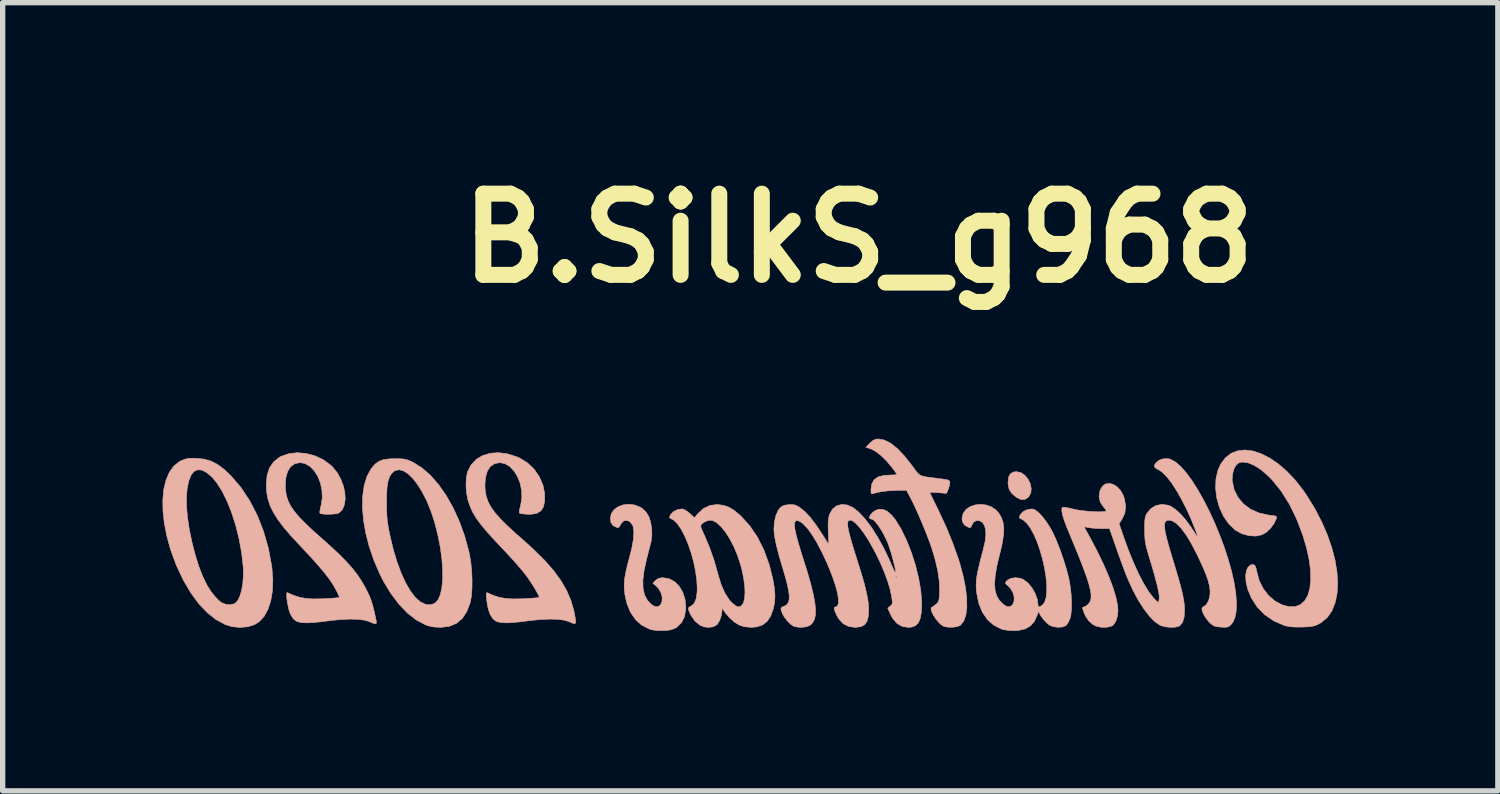
<source format=kicad_pcb>
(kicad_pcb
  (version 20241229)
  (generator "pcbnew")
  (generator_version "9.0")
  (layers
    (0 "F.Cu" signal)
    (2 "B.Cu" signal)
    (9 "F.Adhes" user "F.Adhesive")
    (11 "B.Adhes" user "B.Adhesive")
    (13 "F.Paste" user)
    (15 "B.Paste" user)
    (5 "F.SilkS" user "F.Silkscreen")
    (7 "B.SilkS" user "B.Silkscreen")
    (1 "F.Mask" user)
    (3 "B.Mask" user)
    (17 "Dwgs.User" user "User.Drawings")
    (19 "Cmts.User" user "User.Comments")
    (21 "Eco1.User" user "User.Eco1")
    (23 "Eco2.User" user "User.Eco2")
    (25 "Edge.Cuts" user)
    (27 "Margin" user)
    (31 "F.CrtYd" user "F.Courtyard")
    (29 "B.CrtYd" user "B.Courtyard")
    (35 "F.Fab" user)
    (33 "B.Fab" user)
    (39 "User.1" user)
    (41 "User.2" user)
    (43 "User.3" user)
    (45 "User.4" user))
  (footprint "B.SilkS_g968"
    (layer "F.Cu")
    (at 13.058 1.418)
    (property "Reference" "B.SilkS_g968" (at 0 0 0) (layer "F.SilkS") (effects (font (size 1.524 1.524) (thickness 0.3))))
    (attr through_hole)
    (fp_poly (pts (xy 3.047 4.4) (xy 3.121 4.45) (xy 3.18 4.521) (xy 3.221 4.606) (xy 3.24 4.696) (xy 3.232 4.781) (xy 3.193 4.852) (xy 3.187 4.859) (xy 3.122 4.902) (xy 3.051 4.905) (xy 2.97 4.867) (xy 2.963 4.863) (xy 2.876 4.79) (xy 2.825 4.71) (xy 2.805 4.613) (xy 2.805 4.583) (xy 2.815 4.485) (xy 2.849 4.421) (xy 2.907 4.388) (xy 2.964 4.381) (xy 3.047 4.4)) (stroke (width 0.01) (type solid)) (fill yes) (layer "B.SilkS"))
    (fp_poly (pts (xy -4.199 5.007) (xy -4.093 5.049) (xy -4.067 5.065) (xy -3.991 5.135) (xy -3.937 5.218) (xy -3.902 5.321) (xy -3.881 5.445) (xy -3.877 5.572) (xy -3.89 5.682) (xy -3.89 5.683) (xy -3.904 5.737) (xy -3.925 5.82) (xy -3.951 5.921) (xy -3.978 6.027) (xy -4.024 6.238) (xy -4.046 6.417) (xy -4.043 6.567) (xy -4.016 6.691) (xy -3.962 6.793) (xy -3.894 6.866) (xy -3.826 6.911) (xy -3.77 6.917) (xy -3.721 6.886) (xy -3.718 6.883) (xy -3.687 6.819) (xy -3.684 6.738) (xy -3.707 6.652) (xy -3.753 6.571) (xy -3.802 6.521) (xy -3.859 6.476) (xy -3.81 6.424) (xy -3.762 6.387) (xy -3.7 6.372) (xy -3.668 6.371) (xy -3.552 6.391) (xy -3.449 6.447) (xy -3.363 6.534) (xy -3.297 6.646) (xy -3.255 6.779) (xy -3.241 6.926) (xy -3.242 6.963) (xy -3.266 7.103) (xy -3.322 7.215) (xy -3.408 7.299) (xy -3.449 7.323) (xy -3.531 7.35) (xy -3.638 7.364) (xy -3.754 7.364) (xy -3.862 7.351) (xy -3.922 7.335) (xy -4.067 7.262) (xy -4.186 7.155) (xy -4.281 7.016) (xy -4.349 6.845) (xy -4.383 6.689) (xy -4.395 6.584) (xy -4.396 6.482) (xy -4.386 6.374) (xy -4.363 6.249) (xy -4.327 6.099) (xy -4.304 6.016) (xy -4.253 5.812) (xy -4.223 5.643) (xy -4.215 5.509) (xy -4.229 5.412) (xy -4.241 5.382) (xy -4.289 5.321) (xy -4.347 5.295) (xy -4.405 5.305) (xy -4.453 5.35) (xy -4.467 5.378) (xy -4.491 5.421) (xy -4.521 5.431) (xy -4.538 5.427) (xy -4.609 5.391) (xy -4.647 5.332) (xy -4.657 5.257) (xy -4.638 5.168) (xy -4.586 5.094) (xy -4.509 5.039) (xy -4.414 5.004) (xy -4.308 4.993) (xy -4.199 5.007)) (stroke (width 0.01) (type solid)) (fill yes) (layer "B.SilkS"))
    (fp_poly (pts (xy -12.416 4.131) (xy -12.275 4.147) (xy -12.147 4.184) (xy -12.026 4.247) (xy -11.902 4.339) (xy -11.769 4.466) (xy -11.585 4.681) (xy -11.421 4.93) (xy -11.279 5.206) (xy -11.162 5.505) (xy -11.072 5.821) (xy -11.011 6.149) (xy -11.006 6.188) (xy -10.989 6.412) (xy -10.997 6.618) (xy -11.028 6.804) (xy -11.08 6.965) (xy -11.153 7.097) (xy -11.246 7.197) (xy -11.332 7.251) (xy -11.463 7.292) (xy -11.61 7.304) (xy -11.761 7.288) (xy -11.878 7.252) (xy -12.051 7.159) (xy -12.219 7.027) (xy -12.379 6.858) (xy -12.529 6.654) (xy -12.668 6.417) (xy -12.793 6.152) (xy -12.816 6.096) (xy -12.909 5.84) (xy -12.978 5.59) (xy -13.025 5.349) (xy -13.05 5.12) (xy -13.052 5.022) (xy -12.609 5.022) (xy -12.591 5.233) (xy -12.557 5.461) (xy -12.509 5.695) (xy -12.45 5.927) (xy -12.382 6.146) (xy -12.306 6.343) (xy -12.226 6.507) (xy -12.22 6.519) (xy -12.15 6.628) (xy -12.073 6.726) (xy -11.999 6.802) (xy -11.951 6.839) (xy -11.869 6.871) (xy -11.78 6.877) (xy -11.704 6.857) (xy -11.704 6.857) (xy -11.653 6.809) (xy -11.61 6.725) (xy -11.576 6.614) (xy -11.553 6.482) (xy -11.542 6.336) (xy -11.544 6.183) (xy -11.546 6.16) (xy -11.575 5.902) (xy -11.622 5.645) (xy -11.684 5.395) (xy -11.759 5.159) (xy -11.844 4.943) (xy -11.939 4.751) (xy -12.04 4.591) (xy -12.127 4.487) (xy -12.229 4.399) (xy -12.32 4.352) (xy -12.4 4.345) (xy -12.469 4.378) (xy -12.525 4.45) (xy -12.568 4.56) (xy -12.597 4.708) (xy -12.609 4.837) (xy -12.609 5.022) (xy -13.052 5.022) (xy -13.053 4.907) (xy -13.035 4.713) (xy -12.994 4.542) (xy -12.932 4.396) (xy -12.849 4.279) (xy -12.745 4.195) (xy -12.698 4.171) (xy -12.63 4.146) (xy -12.564 4.132) (xy -12.483 4.129) (xy -12.416 4.131)) (stroke (width 0.01) (type solid)) (fill yes) (layer "B.SilkS"))
    (fp_poly (pts (xy -8.6 4.139) (xy -8.528 4.145) (xy -8.47 4.159) (xy -8.409 4.182) (xy -8.359 4.206) (xy -8.193 4.309) (xy -8.032 4.45) (xy -7.879 4.625) (xy -7.736 4.83) (xy -7.605 5.061) (xy -7.49 5.314) (xy -7.392 5.584) (xy -7.314 5.867) (xy -7.3 5.932) (xy -7.274 6.084) (xy -7.258 6.251) (xy -7.251 6.42) (xy -7.253 6.582) (xy -7.265 6.725) (xy -7.286 6.839) (xy -7.289 6.847) (xy -7.352 7.01) (xy -7.435 7.135) (xy -7.54 7.225) (xy -7.668 7.28) (xy -7.82 7.302) (xy -7.852 7.302) (xy -7.973 7.295) (xy -8.075 7.273) (xy -8.13 7.253) (xy -8.3 7.162) (xy -8.466 7.032) (xy -8.625 6.865) (xy -8.775 6.666) (xy -8.914 6.437) (xy -8.984 6.297) (xy -9.093 6.043) (xy -9.18 5.788) (xy -9.245 5.536) (xy -9.288 5.291) (xy -9.307 5.058) (xy -9.305 4.953) (xy -8.856 4.953) (xy -8.854 5.1) (xy -8.849 5.219) (xy -8.838 5.326) (xy -8.821 5.434) (xy -8.798 5.551) (xy -8.735 5.82) (xy -8.663 6.063) (xy -8.583 6.28) (xy -8.498 6.466) (xy -8.408 6.621) (xy -8.315 6.742) (xy -8.219 6.826) (xy -8.123 6.871) (xy -8.064 6.879) (xy -7.999 6.87) (xy -7.945 6.848) (xy -7.944 6.847) (xy -7.887 6.784) (xy -7.845 6.684) (xy -7.817 6.554) (xy -7.803 6.397) (xy -7.803 6.218) (xy -7.817 6.021) (xy -7.845 5.811) (xy -7.888 5.591) (xy -7.944 5.367) (xy -7.959 5.313) (xy -8.026 5.113) (xy -8.101 4.93) (xy -8.184 4.767) (xy -8.271 4.626) (xy -8.36 4.51) (xy -8.449 4.423) (xy -8.536 4.367) (xy -8.618 4.345) (xy -8.692 4.36) (xy -8.717 4.376) (xy -8.766 4.423) (xy -8.803 4.484) (xy -8.829 4.566) (xy -8.846 4.674) (xy -8.854 4.814) (xy -8.856 4.953) (xy -9.305 4.953) (xy -9.303 4.842) (xy -9.276 4.646) (xy -9.225 4.475) (xy -9.149 4.333) (xy -9.135 4.314) (xy -9.068 4.238) (xy -8.998 4.187) (xy -8.914 4.156) (xy -8.805 4.141) (xy -8.699 4.138) (xy -8.6 4.139)) (stroke (width 0.01) (type solid)) (fill yes) (layer "B.SilkS"))
    (fp_poly (pts (xy 7.396 3.993) (xy 7.55 4.043) (xy 7.709 4.123) (xy 7.871 4.232) (xy 8.032 4.371) (xy 8.19 4.536) (xy 8.341 4.729) (xy 8.4 4.814) (xy 8.554 5.063) (xy 8.685 5.313) (xy 8.794 5.562) (xy 8.878 5.805) (xy 8.94 6.041) (xy 8.977 6.266) (xy 8.99 6.477) (xy 8.978 6.671) (xy 8.941 6.845) (xy 8.88 6.996) (xy 8.792 7.12) (xy 8.679 7.214) (xy 8.653 7.229) (xy 8.597 7.258) (xy 8.546 7.276) (xy 8.487 7.287) (xy 8.409 7.293) (xy 8.319 7.297) (xy 8.196 7.297) (xy 8.102 7.291) (xy 8.024 7.277) (xy 7.98 7.264) (xy 7.788 7.18) (xy 7.619 7.063) (xy 7.478 6.918) (xy 7.369 6.749) (xy 7.302 6.586) (xy 7.271 6.455) (xy 7.263 6.338) (xy 7.277 6.24) (xy 7.311 6.169) (xy 7.364 6.128) (xy 7.368 6.127) (xy 7.411 6.123) (xy 7.441 6.148) (xy 7.462 6.206) (xy 7.474 6.265) (xy 7.517 6.425) (xy 7.591 6.573) (xy 7.69 6.702) (xy 7.809 6.806) (xy 7.943 6.879) (xy 8.073 6.914) (xy 8.191 6.913) (xy 8.29 6.876) (xy 8.369 6.806) (xy 8.428 6.705) (xy 8.467 6.575) (xy 8.484 6.418) (xy 8.481 6.237) (xy 8.455 6.034) (xy 8.406 5.812) (xy 8.339 5.584) (xy 8.22 5.27) (xy 8.082 4.988) (xy 7.925 4.739) (xy 7.752 4.527) (xy 7.679 4.454) (xy 7.548 4.342) (xy 7.422 4.262) (xy 7.305 4.214) (xy 7.202 4.201) (xy 7.138 4.214) (xy 7.087 4.255) (xy 7.045 4.326) (xy 7.019 4.419) (xy 7.01 4.523) (xy 7.012 4.556) (xy 7.047 4.718) (xy 7.118 4.862) (xy 7.221 4.986) (xy 7.354 5.085) (xy 7.512 5.156) (xy 7.692 5.196) (xy 7.715 5.199) (xy 7.789 5.207) (xy 7.829 5.217) (xy 7.844 5.231) (xy 7.841 5.254) (xy 7.84 5.258) (xy 7.797 5.352) (xy 7.73 5.443) (xy 7.65 5.519) (xy 7.571 5.565) (xy 7.453 5.59) (xy 7.323 5.582) (xy 7.193 5.546) (xy 7.076 5.483) (xy 7.065 5.475) (xy 6.944 5.358) (xy 6.845 5.214) (xy 6.77 5.049) (xy 6.721 4.873) (xy 6.699 4.693) (xy 6.706 4.517) (xy 6.744 4.352) (xy 6.795 4.239) (xy 6.883 4.121) (xy 6.99 4.038) (xy 7.113 3.99) (xy 7.249 3.975) (xy 7.396 3.993)) (stroke (width 0.01) (type solid)) (fill yes) (layer "B.SilkS"))
    (fp_poly (pts (xy 0.484 3.788) (xy 0.601 3.847) (xy 0.726 3.946) (xy 0.86 4.086) (xy 1.002 4.266) (xy 1.012 4.279) (xy 1.06 4.345) (xy 1.097 4.394) (xy 1.131 4.429) (xy 1.169 4.453) (xy 1.219 4.469) (xy 1.289 4.483) (xy 1.385 4.495) (xy 1.508 4.511) (xy 1.603 4.523) (xy 1.663 4.534) (xy 1.696 4.546) (xy 1.711 4.561) (xy 1.714 4.583) (xy 1.714 4.587) (xy 1.706 4.64) (xy 1.686 4.704) (xy 1.683 4.713) (xy 1.651 4.789) (xy 1.49 4.775) (xy 1.415 4.77) (xy 1.361 4.77) (xy 1.337 4.775) (xy 1.337 4.777) (xy 1.349 4.801) (xy 1.376 4.856) (xy 1.415 4.936) (xy 1.462 5.033) (xy 1.496 5.101) (xy 1.643 5.418) (xy 1.77 5.727) (xy 1.873 6.019) (xy 1.904 6.117) (xy 1.966 6.351) (xy 2.008 6.567) (xy 2.03 6.76) (xy 2.032 6.929) (xy 2.014 7.07) (xy 1.976 7.18) (xy 1.918 7.256) (xy 1.903 7.268) (xy 1.848 7.289) (xy 1.769 7.3) (xy 1.685 7.3) (xy 1.612 7.287) (xy 1.597 7.282) (xy 1.547 7.251) (xy 1.495 7.199) (xy 1.444 7.135) (xy 1.402 7.068) (xy 1.371 7.006) (xy 1.359 6.956) (xy 1.369 6.928) (xy 1.374 6.926) (xy 1.407 6.907) (xy 1.452 6.872) (xy 1.457 6.868) (xy 1.484 6.842) (xy 1.501 6.812) (xy 1.512 6.768) (xy 1.518 6.701) (xy 1.521 6.627) (xy 1.516 6.446) (xy 1.487 6.242) (xy 1.433 6.014) (xy 1.375 5.82) (xy 1.331 5.695) (xy 1.274 5.546) (xy 1.208 5.384) (xy 1.139 5.22) (xy 1.07 5.067) (xy 1.008 4.936) (xy 0.978 4.879) (xy 0.9 4.731) (xy 0.708 4.733) (xy 0.552 4.741) (xy 0.412 4.759) (xy 0.299 4.785) (xy 0.27 4.795) (xy 0.246 4.798) (xy 0.235 4.777) (xy 0.233 4.723) (xy 0.233 4.721) (xy 0.247 4.614) (xy 0.291 4.535) (xy 0.365 4.481) (xy 0.473 4.452) (xy 0.581 4.445) (xy 0.652 4.443) (xy 0.701 4.439) (xy 0.72 4.433) (xy 0.708 4.411) (xy 0.676 4.366) (xy 0.631 4.306) (xy 0.625 4.298) (xy 0.525 4.18) (xy 0.422 4.079) (xy 0.322 4.002) (xy 0.234 3.955) (xy 0.227 3.953) (xy 0.138 3.923) (xy 0.215 3.845) (xy 0.271 3.796) (xy 0.322 3.773) (xy 0.374 3.768) (xy 0.484 3.788)) (stroke (width 0.01) (type solid)) (fill yes) (layer "B.SilkS"))
    (fp_poly (pts (xy -2.629 5) (xy -2.522 5.016) (xy -2.426 5.051) (xy -2.331 5.11) (xy -2.224 5.199) (xy -2.206 5.216) (xy -2.04 5.398) (xy -1.895 5.614) (xy -1.772 5.86) (xy -1.674 6.133) (xy -1.609 6.391) (xy -1.58 6.559) (xy -1.568 6.701) (xy -1.574 6.826) (xy -1.597 6.946) (xy -1.598 6.949) (xy -1.647 7.088) (xy -1.715 7.191) (xy -1.804 7.259) (xy -1.916 7.295) (xy -2.014 7.302) (xy -2.134 7.292) (xy -2.231 7.263) (xy -2.233 7.263) (xy -2.321 7.209) (xy -2.412 7.13) (xy -2.49 7.042) (xy -2.521 6.998) (xy -2.547 6.956) (xy -2.559 6.949) (xy -2.561 6.974) (xy -2.561 6.985) (xy -2.573 7.079) (xy -2.605 7.171) (xy -2.649 7.243) (xy -2.657 7.252) (xy -2.721 7.29) (xy -2.806 7.304) (xy -2.897 7.294) (xy -2.976 7.262) (xy -3.069 7.184) (xy -3.144 7.076) (xy -3.166 7.03) (xy -3.189 6.972) (xy -3.192 6.939) (xy -3.173 6.919) (xy -3.142 6.904) (xy -3.085 6.855) (xy -3.047 6.768) (xy -3.029 6.644) (xy -3.027 6.576) (xy -3.035 6.414) (xy -3.059 6.243) (xy -3.095 6.069) (xy -3.143 5.898) (xy -3.199 5.735) (xy -3.262 5.587) (xy -3.329 5.46) (xy -3.368 5.402) (xy -2.963 5.402) (xy -2.963 5.403) (xy -2.955 5.431) (xy -2.932 5.488) (xy -2.899 5.56) (xy -2.89 5.579) (xy -2.799 5.794) (xy -2.715 6.032) (xy -2.645 6.275) (xy -2.635 6.313) (xy -2.577 6.503) (xy -2.505 6.665) (xy -2.42 6.793) (xy -2.367 6.848) (xy -2.306 6.898) (xy -2.261 6.918) (xy -2.222 6.912) (xy -2.195 6.895) (xy -2.159 6.844) (xy -2.138 6.759) (xy -2.13 6.646) (xy -2.137 6.511) (xy -2.159 6.359) (xy -2.194 6.196) (xy -2.214 6.123) (xy -2.271 5.951) (xy -2.339 5.79) (xy -2.415 5.643) (xy -2.497 5.515) (xy -2.58 5.412) (xy -2.661 5.338) (xy -2.738 5.298) (xy -2.776 5.292) (xy -2.837 5.303) (xy -2.898 5.33) (xy -2.945 5.366) (xy -2.963 5.402) (xy -3.368 5.402) (xy -3.398 5.36) (xy -3.466 5.292) (xy -3.507 5.269) (xy -3.54 5.253) (xy -3.545 5.231) (xy -3.526 5.188) (xy -3.475 5.132) (xy -3.397 5.093) (xy -3.309 5.08) (xy -3.263 5.095) (xy -3.204 5.134) (xy -3.169 5.163) (xy -3.079 5.246) (xy -3.011 5.165) (xy -2.907 5.071) (xy -2.786 5.015) (xy -2.652 4.998) (xy -2.629 5)) (stroke (width 0.01) (type solid)) (fill yes) (layer "B.SilkS"))
    (fp_poly (pts (xy -6.593 4.045) (xy -6.42 4.099) (xy -6.357 4.126) (xy -6.21 4.217) (xy -6.084 4.338) (xy -5.986 4.482) (xy -5.919 4.641) (xy -5.89 4.79) (xy -5.889 4.932) (xy -5.911 5.04) (xy -5.959 5.116) (xy -6.035 5.162) (xy -6.139 5.181) (xy -6.206 5.181) (xy -6.28 5.175) (xy -6.336 5.168) (xy -6.362 5.159) (xy -6.365 5.133) (xy -6.356 5.078) (xy -6.34 5.014) (xy -6.317 4.877) (xy -6.321 4.738) (xy -6.348 4.603) (xy -6.396 4.478) (xy -6.462 4.371) (xy -6.542 4.286) (xy -6.633 4.231) (xy -6.731 4.212) (xy -6.83 4.231) (xy -6.909 4.285) (xy -6.966 4.374) (xy -7 4.495) (xy -7.01 4.63) (xy -7.004 4.742) (xy -6.985 4.846) (xy -6.95 4.946) (xy -6.896 5.047) (xy -6.819 5.153) (xy -6.719 5.268) (xy -6.59 5.396) (xy -6.432 5.541) (xy -6.318 5.641) (xy -6.082 5.854) (xy -5.882 6.054) (xy -5.716 6.244) (xy -5.582 6.429) (xy -5.476 6.612) (xy -5.397 6.796) (xy -5.342 6.985) (xy -5.317 7.117) (xy -5.307 7.188) (xy -5.311 7.225) (xy -5.335 7.233) (xy -5.386 7.216) (xy -5.44 7.192) (xy -5.524 7.167) (xy -5.643 7.152) (xy -5.79 7.148) (xy -5.957 7.155) (xy -6.138 7.172) (xy -6.232 7.184) (xy -6.346 7.199) (xy -6.465 7.21) (xy -6.569 7.217) (xy -6.615 7.218) (xy -6.723 7.211) (xy -6.801 7.188) (xy -6.859 7.141) (xy -6.908 7.065) (xy -6.918 7.043) (xy -6.937 6.991) (xy -6.955 6.921) (xy -6.969 6.843) (xy -6.979 6.767) (xy -6.984 6.703) (xy -6.982 6.661) (xy -6.972 6.65) (xy -6.854 6.702) (xy -6.742 6.738) (xy -6.625 6.76) (xy -6.493 6.769) (xy -6.334 6.767) (xy -6.266 6.764) (xy -6.165 6.758) (xy -6.08 6.752) (xy -6.02 6.746) (xy -5.994 6.742) (xy -5.993 6.741) (xy -5.997 6.717) (xy -6.021 6.667) (xy -6.061 6.596) (xy -6.111 6.513) (xy -6.168 6.426) (xy -6.228 6.341) (xy -6.277 6.276) (xy -6.333 6.208) (xy -6.412 6.117) (xy -6.506 6.012) (xy -6.61 5.899) (xy -6.715 5.787) (xy -6.731 5.77) (xy -6.882 5.609) (xy -7.004 5.471) (xy -7.102 5.351) (xy -7.179 5.243) (xy -7.238 5.144) (xy -7.283 5.047) (xy -7.318 4.947) (xy -7.333 4.896) (xy -7.356 4.769) (xy -7.365 4.634) (xy -7.359 4.505) (xy -7.339 4.397) (xy -7.334 4.38) (xy -7.268 4.252) (xy -7.173 4.151) (xy -7.054 4.079) (xy -6.915 4.037) (xy -6.76 4.025) (xy -6.593 4.045)) (stroke (width 0.01) (type solid)) (fill yes) (layer "B.SilkS"))
    (fp_poly (pts (xy -10.362 4.041) (xy -10.196 4.085) (xy -10.04 4.159) (xy -9.903 4.26) (xy -9.869 4.293) (xy -9.782 4.4) (xy -9.715 4.52) (xy -9.666 4.648) (xy -9.638 4.775) (xy -9.631 4.896) (xy -9.647 5.004) (xy -9.684 5.092) (xy -9.746 5.153) (xy -9.758 5.16) (xy -9.801 5.171) (xy -9.868 5.178) (xy -9.945 5.181) (xy -10.02 5.179) (xy -10.079 5.172) (xy -10.106 5.162) (xy -10.108 5.137) (xy -10.099 5.083) (xy -10.084 5.015) (xy -10.062 4.873) (xy -10.068 4.73) (xy -10.096 4.594) (xy -10.146 4.469) (xy -10.213 4.363) (xy -10.295 4.28) (xy -10.388 4.228) (xy -10.478 4.212) (xy -10.576 4.231) (xy -10.654 4.286) (xy -10.71 4.374) (xy -10.745 4.495) (xy -10.755 4.628) (xy -10.75 4.738) (xy -10.732 4.839) (xy -10.7 4.936) (xy -10.65 5.033) (xy -10.579 5.135) (xy -10.484 5.245) (xy -10.362 5.369) (xy -10.211 5.51) (xy -10.087 5.62) (xy -9.899 5.788) (xy -9.741 5.936) (xy -9.609 6.07) (xy -9.499 6.193) (xy -9.406 6.312) (xy -9.326 6.431) (xy -9.255 6.554) (xy -9.21 6.644) (xy -9.175 6.72) (xy -9.146 6.794) (xy -9.12 6.874) (xy -9.095 6.971) (xy -9.067 7.095) (xy -9.047 7.191) (xy -9.046 7.224) (xy -9.064 7.235) (xy -9.106 7.226) (xy -9.179 7.195) (xy -9.186 7.192) (xy -9.271 7.167) (xy -9.39 7.152) (xy -9.536 7.148) (xy -9.704 7.155) (xy -9.885 7.172) (xy -9.978 7.184) (xy -10.093 7.199) (xy -10.211 7.21) (xy -10.315 7.217) (xy -10.362 7.218) (xy -10.469 7.211) (xy -10.547 7.188) (xy -10.604 7.142) (xy -10.652 7.067) (xy -10.664 7.042) (xy -10.683 6.989) (xy -10.7 6.918) (xy -10.715 6.84) (xy -10.726 6.765) (xy -10.73 6.701) (xy -10.728 6.66) (xy -10.719 6.65) (xy -10.6 6.702) (xy -10.488 6.738) (xy -10.372 6.76) (xy -10.24 6.769) (xy -10.081 6.767) (xy -10.012 6.764) (xy -9.911 6.758) (xy -9.827 6.752) (xy -9.767 6.746) (xy -9.741 6.742) (xy -9.74 6.742) (xy -9.746 6.721) (xy -9.767 6.672) (xy -9.8 6.605) (xy -9.81 6.588) (xy -9.864 6.494) (xy -9.932 6.393) (xy -10.018 6.281) (xy -10.125 6.153) (xy -10.256 6.007) (xy -10.414 5.837) (xy -10.474 5.773) (xy -10.644 5.59) (xy -10.783 5.428) (xy -10.893 5.282) (xy -10.978 5.147) (xy -11.04 5.02) (xy -11.081 4.895) (xy -11.104 4.767) (xy -11.112 4.632) (xy -11.112 4.622) (xy -11.097 4.452) (xy -11.051 4.31) (xy -10.973 4.197) (xy -10.864 4.11) (xy -10.836 4.095) (xy -10.69 4.044) (xy -10.529 4.026) (xy -10.362 4.041)) (stroke (width 0.01) (type solid)) (fill yes) (layer "B.SilkS"))
    (fp_poly (pts (xy 2.391 5.006) (xy 2.491 5.041) (xy 2.579 5.1) (xy 2.632 5.16) (xy 2.681 5.245) (xy 2.712 5.336) (xy 2.726 5.439) (xy 2.721 5.56) (xy 2.7 5.705) (xy 2.661 5.881) (xy 2.644 5.945) (xy 2.594 6.157) (xy 2.564 6.335) (xy 2.553 6.485) (xy 2.562 6.608) (xy 2.592 6.711) (xy 2.643 6.797) (xy 2.71 6.866) (xy 2.778 6.911) (xy 2.834 6.917) (xy 2.883 6.886) (xy 2.886 6.883) (xy 2.917 6.819) (xy 2.92 6.739) (xy 2.898 6.652) (xy 2.853 6.573) (xy 2.805 6.523) (xy 2.764 6.488) (xy 2.756 6.462) (xy 2.781 6.43) (xy 2.798 6.414) (xy 2.859 6.383) (xy 2.941 6.371) (xy 3.028 6.38) (xy 3.089 6.402) (xy 3.174 6.466) (xy 3.252 6.558) (xy 3.314 6.667) (xy 3.355 6.779) (xy 3.365 6.862) (xy 3.371 6.908) (xy 3.391 6.918) (xy 3.433 6.897) (xy 3.445 6.889) (xy 3.491 6.833) (xy 3.519 6.744) (xy 3.532 6.628) (xy 3.53 6.492) (xy 3.515 6.342) (xy 3.488 6.181) (xy 3.451 6.018) (xy 3.405 5.857) (xy 3.352 5.703) (xy 3.292 5.564) (xy 3.227 5.444) (xy 3.159 5.35) (xy 3.089 5.287) (xy 3.054 5.269) (xy 3.022 5.253) (xy 3.017 5.231) (xy 3.036 5.188) (xy 3.088 5.131) (xy 3.167 5.093) (xy 3.257 5.08) (xy 3.311 5.098) (xy 3.377 5.149) (xy 3.45 5.226) (xy 3.525 5.323) (xy 3.597 5.435) (xy 3.648 5.53) (xy 3.715 5.679) (xy 3.784 5.855) (xy 3.848 6.041) (xy 3.904 6.222) (xy 3.945 6.383) (xy 3.947 6.392) (xy 3.972 6.535) (xy 3.989 6.686) (xy 3.996 6.833) (xy 3.994 6.966) (xy 3.983 7.076) (xy 3.97 7.13) (xy 3.941 7.198) (xy 3.907 7.252) (xy 3.888 7.271) (xy 3.823 7.296) (xy 3.737 7.301) (xy 3.649 7.288) (xy 3.583 7.261) (xy 3.53 7.219) (xy 3.475 7.159) (xy 3.426 7.095) (xy 3.393 7.038) (xy 3.385 7.008) (xy 3.379 7.005) (xy 3.365 7.036) (xy 3.356 7.062) (xy 3.302 7.186) (xy 3.226 7.275) (xy 3.125 7.333) (xy 2.995 7.361) (xy 2.91 7.365) (xy 2.821 7.36) (xy 2.737 7.349) (xy 2.682 7.335) (xy 2.538 7.262) (xy 2.418 7.156) (xy 2.323 7.018) (xy 2.255 6.85) (xy 2.216 6.655) (xy 2.209 6.586) (xy 2.206 6.514) (xy 2.209 6.44) (xy 2.218 6.358) (xy 2.235 6.262) (xy 2.262 6.144) (xy 2.298 5.998) (xy 2.339 5.845) (xy 2.374 5.692) (xy 2.389 5.569) (xy 2.385 5.469) (xy 2.361 5.387) (xy 2.32 5.329) (xy 2.264 5.3) (xy 2.206 5.301) (xy 2.155 5.331) (xy 2.125 5.388) (xy 2.108 5.426) (xy 2.076 5.43) (xy 2.067 5.428) (xy 1.992 5.386) (xy 1.949 5.32) (xy 1.941 5.258) (xy 1.962 5.166) (xy 2.014 5.093) (xy 2.091 5.039) (xy 2.184 5.006) (xy 2.286 4.995) (xy 2.391 5.006)) (stroke (width 0.01) (type solid)) (fill yes) (layer "B.SilkS"))
    (fp_poly (pts (xy -0.211 5.007) (xy -0.104 5.055) (xy 0.006 5.143) (xy 0.122 5.267) (xy 0.241 5.424) (xy 0.359 5.609) (xy 0.474 5.818) (xy 0.583 6.046) (xy 0.627 6.149) (xy 0.658 6.219) (xy 0.682 6.264) (xy 0.696 6.279) (xy 0.698 6.273) (xy 0.692 6.224) (xy 0.676 6.146) (xy 0.651 6.049) (xy 0.623 5.944) (xy 0.592 5.843) (xy 0.563 5.755) (xy 0.547 5.715) (xy 0.493 5.597) (xy 0.434 5.488) (xy 0.374 5.395) (xy 0.317 5.323) (xy 0.269 5.28) (xy 0.241 5.271) (xy 0.208 5.259) (xy 0.205 5.23) (xy 0.224 5.192) (xy 0.261 5.15) (xy 0.309 5.114) (xy 0.364 5.091) (xy 0.375 5.088) (xy 0.459 5.089) (xy 0.54 5.125) (xy 0.622 5.198) (xy 0.691 5.284) (xy 0.799 5.459) (xy 0.9 5.666) (xy 0.991 5.896) (xy 1.068 6.137) (xy 1.128 6.38) (xy 1.168 6.615) (xy 1.185 6.831) (xy 1.185 6.866) (xy 1.178 7.019) (xy 1.158 7.135) (xy 1.122 7.218) (xy 1.068 7.271) (xy 0.995 7.298) (xy 0.932 7.303) (xy 0.819 7.285) (xy 0.723 7.23) (xy 0.643 7.137) (xy 0.592 7.042) (xy 0.548 6.941) (xy 0.596 6.902) (xy 0.621 6.88) (xy 0.633 6.856) (xy 0.634 6.819) (xy 0.626 6.758) (xy 0.618 6.711) (xy 0.588 6.574) (xy 0.542 6.423) (xy 0.514 6.35) (xy 0.699 6.35) (xy 0.706 6.367) (xy 0.713 6.364) (xy 0.715 6.339) (xy 0.713 6.336) (xy 0.7 6.339) (xy 0.699 6.35) (xy 0.514 6.35) (xy 0.483 6.265) (xy 0.414 6.103) (xy 0.338 5.943) (xy 0.257 5.791) (xy 0.175 5.649) (xy 0.093 5.525) (xy 0.015 5.422) (xy -0.056 5.346) (xy -0.119 5.301) (xy -0.156 5.292) (xy -0.183 5.298) (xy -0.199 5.319) (xy -0.205 5.359) (xy -0.2 5.42) (xy -0.183 5.506) (xy -0.154 5.619) (xy -0.113 5.764) (xy -0.057 5.943) (xy -0.012 6.085) (xy 0.055 6.301) (xy 0.107 6.482) (xy 0.145 6.635) (xy 0.171 6.764) (xy 0.186 6.875) (xy 0.19 6.966) (xy 0.183 7.097) (xy 0.158 7.191) (xy 0.112 7.255) (xy 0.043 7.29) (xy -0.054 7.302) (xy -0.064 7.303) (xy -0.187 7.285) (xy -0.289 7.233) (xy -0.371 7.144) (xy -0.408 7.08) (xy -0.444 6.998) (xy -0.458 6.948) (xy -0.448 6.924) (xy -0.435 6.921) (xy -0.396 6.903) (xy -0.377 6.851) (xy -0.377 6.767) (xy -0.395 6.656) (xy -0.432 6.518) (xy -0.485 6.359) (xy -0.556 6.18) (xy -0.594 6.091) (xy -0.688 5.89) (xy -0.742 5.789) (xy -0.55 5.789) (xy -0.54 5.8) (xy -0.529 5.789) (xy -0.54 5.779) (xy -0.55 5.789) (xy -0.742 5.789) (xy -0.782 5.712) (xy -0.874 5.562) (xy -0.96 5.443) (xy -1.04 5.359) (xy -1.093 5.32) (xy -1.142 5.3) (xy -1.177 5.303) (xy -1.197 5.33) (xy -1.203 5.384) (xy -1.193 5.467) (xy -1.168 5.581) (xy -1.127 5.729) (xy -1.071 5.914) (xy -1.04 6.012) (xy -0.96 6.267) (xy -0.897 6.486) (xy -0.851 6.673) (xy -0.821 6.829) (xy -0.807 6.958) (xy -0.808 7.063) (xy -0.825 7.146) (xy -0.857 7.211) (xy -0.903 7.259) (xy -0.963 7.287) (xy -1.047 7.301) (xy -1.136 7.3) (xy -1.212 7.284) (xy -1.217 7.282) (xy -1.274 7.244) (xy -1.337 7.181) (xy -1.393 7.107) (xy -1.428 7.044) (xy -1.452 6.981) (xy -1.456 6.946) (xy -1.438 6.924) (xy -1.397 6.907) (xy -1.35 6.881) (xy -1.319 6.841) (xy -1.302 6.785) (xy -1.3 6.706) (xy -1.314 6.603) (xy -1.343 6.471) (xy -1.388 6.306) (xy -1.427 6.177) (xy -1.492 5.955) (xy -1.54 5.769) (xy -1.571 5.617) (xy -1.586 5.498) (xy -1.587 5.452) (xy -1.578 5.32) (xy -1.55 5.201) (xy -1.507 5.107) (xy -1.483 5.075) (xy -1.439 5.034) (xy -1.389 5.012) (xy -1.316 5.001) (xy -1.311 5.001) (xy -1.239 4.999) (xy -1.185 5.009) (xy -1.129 5.037) (xy -1.093 5.061) (xy -1.002 5.135) (xy -0.904 5.24) (xy -0.799 5.379) (xy -0.682 5.554) (xy -0.678 5.561) (xy -0.558 5.751) (xy -0.568 5.51) (xy -0.571 5.393) (xy -0.568 5.308) (xy -0.56 5.243) (xy -0.545 5.188) (xy -0.54 5.173) (xy -0.485 5.08) (xy -0.408 5.021) (xy -0.315 4.996) (xy -0.211 5.007)) (stroke (width 0.01) (type solid)) (fill yes) (layer "B.SilkS"))
    (fp_poly (pts (xy 5.852 4.148) (xy 5.944 4.198) (xy 6.044 4.284) (xy 6.149 4.403) (xy 6.257 4.551) (xy 6.366 4.723) (xy 6.475 4.915) (xy 6.58 5.122) (xy 6.681 5.342) (xy 6.775 5.568) (xy 6.861 5.797) (xy 6.935 6.025) (xy 6.998 6.247) (xy 7.046 6.459) (xy 7.077 6.657) (xy 7.091 6.837) (xy 7.091 6.864) (xy 7.084 7.011) (xy 7.061 7.124) (xy 7.022 7.209) (xy 6.987 7.252) (xy 6.952 7.282) (xy 6.916 7.298) (xy 6.864 7.301) (xy 6.8 7.298) (xy 6.723 7.291) (xy 6.67 7.276) (xy 6.624 7.246) (xy 6.583 7.207) (xy 6.53 7.146) (xy 6.486 7.079) (xy 6.455 7.014) (xy 6.441 6.961) (xy 6.449 6.929) (xy 6.456 6.925) (xy 6.522 6.881) (xy 6.569 6.801) (xy 6.593 6.696) (xy 6.596 6.617) (xy 6.586 6.531) (xy 6.561 6.431) (xy 6.52 6.313) (xy 6.461 6.172) (xy 6.383 6.001) (xy 6.352 5.937) (xy 6.246 5.734) (xy 6.146 5.567) (xy 6.05 5.439) (xy 5.961 5.35) (xy 5.879 5.302) (xy 5.826 5.292) (xy 5.786 5.298) (xy 5.758 5.319) (xy 5.743 5.357) (xy 5.741 5.418) (xy 5.752 5.503) (xy 5.777 5.616) (xy 5.816 5.761) (xy 5.869 5.941) (xy 5.894 6.022) (xy 5.957 6.231) (xy 6.008 6.405) (xy 6.048 6.549) (xy 6.077 6.669) (xy 6.097 6.769) (xy 6.11 6.856) (xy 6.116 6.933) (xy 6.117 6.981) (xy 6.108 7.113) (xy 6.079 7.209) (xy 6.03 7.27) (xy 6.013 7.281) (xy 5.949 7.298) (xy 5.862 7.303) (xy 5.768 7.294) (xy 5.684 7.274) (xy 5.653 7.261) (xy 5.558 7.195) (xy 5.458 7.092) (xy 5.354 6.957) (xy 5.25 6.795) (xy 5.151 6.611) (xy 5.058 6.408) (xy 5.047 6.382) (xy 5.013 6.297) (xy 4.97 6.183) (xy 4.921 6.052) (xy 4.872 5.915) (xy 4.839 5.821) (xy 4.709 5.45) (xy 4.561 5.45) (xy 4.47 5.447) (xy 4.381 5.44) (xy 4.322 5.432) (xy 4.231 5.415) (xy 4.34 5.612) (xy 4.478 5.874) (xy 4.597 6.121) (xy 4.696 6.349) (xy 4.774 6.556) (xy 4.829 6.738) (xy 4.861 6.892) (xy 4.868 6.988) (xy 4.858 7.092) (xy 4.829 7.183) (xy 4.787 7.251) (xy 4.75 7.278) (xy 4.66 7.301) (xy 4.556 7.301) (xy 4.457 7.279) (xy 4.4 7.251) (xy 4.317 7.179) (xy 4.256 7.086) (xy 4.222 7.005) (xy 4.206 6.952) (xy 4.205 6.928) (xy 4.222 6.922) (xy 4.225 6.921) (xy 4.26 6.907) (xy 4.305 6.873) (xy 4.308 6.87) (xy 4.336 6.835) (xy 4.355 6.792) (xy 4.363 6.739) (xy 4.361 6.672) (xy 4.347 6.589) (xy 4.321 6.487) (xy 4.281 6.362) (xy 4.227 6.212) (xy 4.158 6.033) (xy 4.073 5.823) (xy 3.972 5.579) (xy 3.927 5.472) (xy 3.87 5.327) (xy 3.832 5.21) (xy 3.814 5.122) (xy 3.816 5.067) (xy 3.828 5.05) (xy 3.857 5.049) (xy 3.917 5.058) (xy 3.995 5.075) (xy 4.026 5.083) (xy 4.107 5.1) (xy 4.205 5.114) (xy 4.312 5.125) (xy 4.418 5.132) (xy 4.513 5.135) (xy 4.589 5.133) (xy 4.636 5.125) (xy 4.645 5.12) (xy 4.64 5.098) (xy 4.611 5.06) (xy 4.596 5.043) (xy 4.536 4.955) (xy 4.513 4.852) (xy 4.529 4.741) (xy 4.532 4.732) (xy 4.575 4.655) (xy 4.634 4.612) (xy 4.704 4.601) (xy 4.779 4.62) (xy 4.852 4.666) (xy 4.918 4.738) (xy 4.97 4.834) (xy 4.988 4.886) (xy 5.012 5.03) (xy 4.996 5.161) (xy 4.944 5.272) (xy 4.888 5.357) (xy 4.966 5.583) (xy 5.061 5.846) (xy 5.158 6.086) (xy 5.256 6.3) (xy 5.352 6.485) (xy 5.446 6.636) (xy 5.534 6.751) (xy 5.574 6.792) (xy 5.628 6.842) (xy 5.641 6.77) (xy 5.642 6.719) (xy 5.631 6.639) (xy 5.607 6.528) (xy 5.57 6.384) (xy 5.52 6.205) (xy 5.455 5.988) (xy 5.449 5.969) (xy 5.415 5.851) (xy 5.391 5.758) (xy 5.377 5.677) (xy 5.37 5.593) (xy 5.367 5.493) (xy 5.367 5.472) (xy 5.368 5.363) (xy 5.372 5.287) (xy 5.38 5.233) (xy 5.395 5.191) (xy 5.409 5.165) (xy 5.485 5.074) (xy 5.582 5.016) (xy 5.692 4.995) (xy 5.807 5.011) (xy 5.857 5.03) (xy 5.944 5.087) (xy 6.041 5.175) (xy 6.14 5.288) (xy 6.236 5.419) (xy 6.244 5.432) (xy 6.303 5.521) (xy 6.34 5.576) (xy 6.359 5.598) (xy 6.361 5.591) (xy 6.35 5.554) (xy 6.327 5.493) (xy 6.244 5.282) (xy 6.153 5.081) (xy 6.058 4.895) (xy 5.962 4.728) (xy 5.868 4.584) (xy 5.777 4.469) (xy 5.693 4.387) (xy 5.63 4.346) (xy 5.572 4.314) (xy 5.55 4.284) (xy 5.56 4.246) (xy 5.578 4.217) (xy 5.636 4.168) (xy 5.717 4.14) (xy 5.807 4.138) (xy 5.852 4.148)) (stroke (width 0.01) (type solid)) (fill yes) (layer "B.SilkS")))
  (gr_rect
    (start -3 -3)
    (end 25.053 11.788)
    (stroke (width 0.1) (type default))
    (fill no)
    (layer "Edge.Cuts")))
</source>
